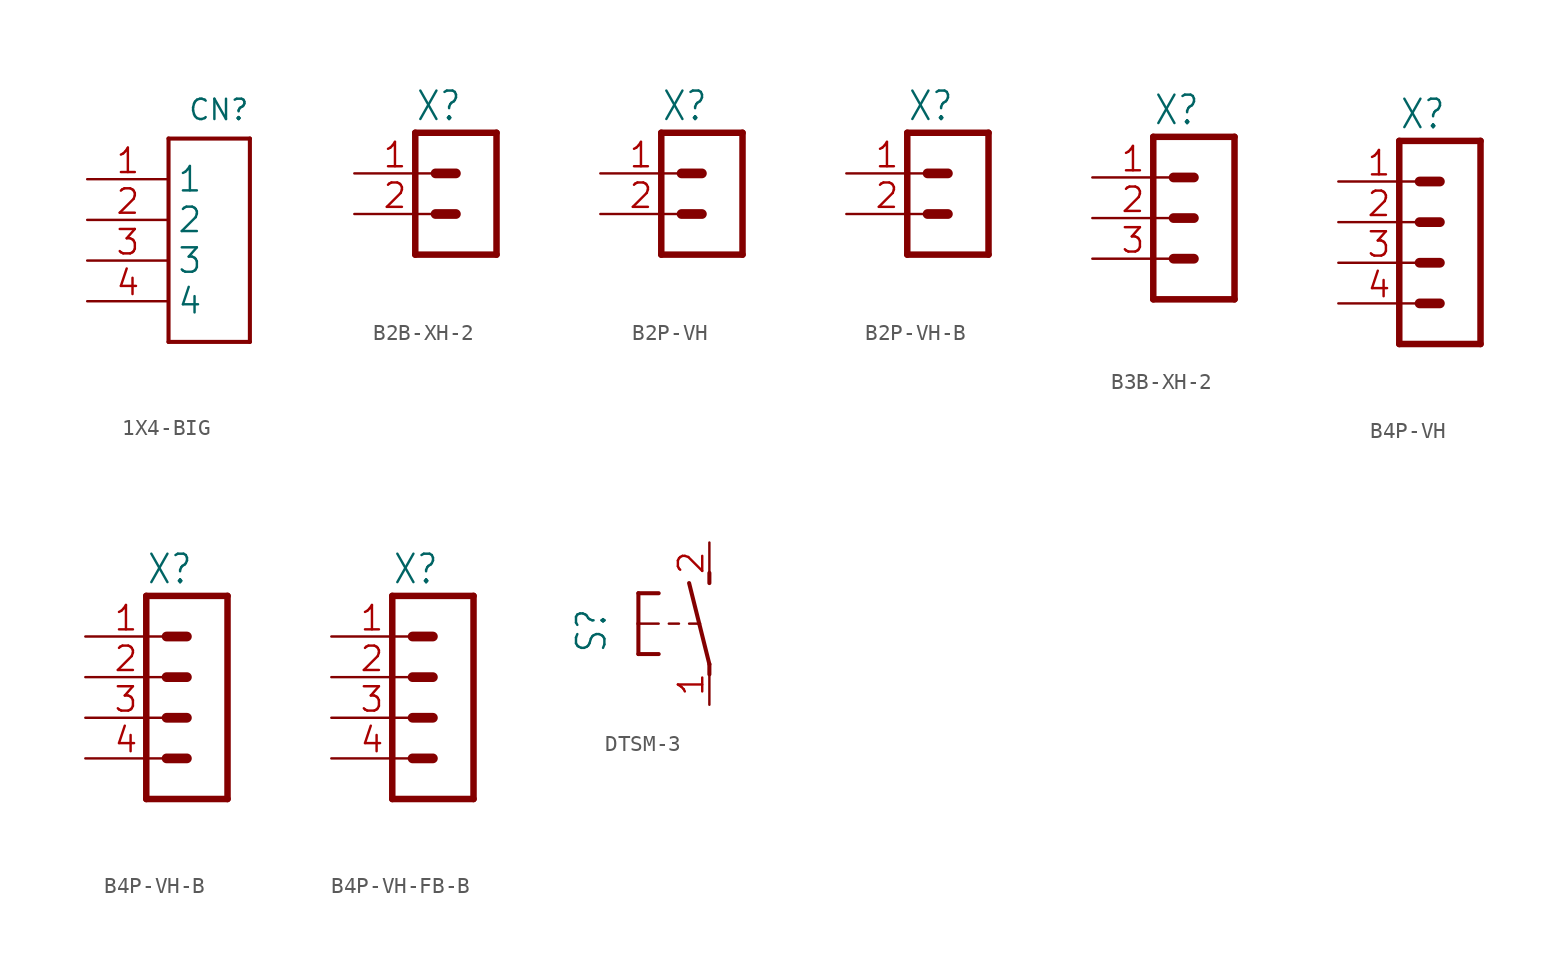
<source format=kicad_sym>
(kicad_symbol_lib
  (version 20241209)
  (generator "kicad_symbol_editor")
  (generator_version "9.0")
  (symbol "1X4-BIG"
    (property "Reference" "CN"
      (at 5.08 7.62 0)
      (effects (font (size 1.27 1.27)) (justify right top)))
    (property "Value" ""
      (at 0 -10.16 0)
      (effects (font (size 1.27 1.27)) (justify left bottom)))
    (property "ki_locked" ""
      (at 0 0 0)
      (effects (font (size 1.27 1.27))))
    (symbol "1X4-BIG_1_0"
      (polyline (pts (xy 0 5.08) (xy 5.08 5.08)) (stroke (width 0.254) (type solid)) (fill (type none)))
      (polyline (pts (xy 0 -7.62) (xy 0 5.08)) (stroke (width 0.254) (type solid)) (fill (type none)))
      (polyline (pts (xy 5.08 5.08) (xy 5.08 -7.62)) (stroke (width 0.254) (type solid)) (fill (type none)))
      (polyline (pts (xy 5.08 -7.62) (xy 0 -7.62)) (stroke (width 0.254) (type solid)) (fill (type none)))
      (pin bidirectional line (at -5.08 2.54 0) (length 5.08) (name "1" (effects (font (size 1.524 1.524)))) (number "1" (effects (font (size 1.524 1.524)))))
      (pin bidirectional line (at -5.08 0 0) (length 5.08) (name "2" (effects (font (size 1.524 1.524)))) (number "2" (effects (font (size 1.524 1.524)))))
      (pin bidirectional line (at -5.08 -2.54 0) (length 5.08) (name "3" (effects (font (size 1.524 1.524)))) (number "3" (effects (font (size 1.524 1.524)))))
      (pin bidirectional line (at -5.08 -5.08 0) (length 5.08) (name "4" (effects (font (size 1.524 1.524)))) (number "4" (effects (font (size 1.524 1.524)))))))
  (symbol "B2B-XH-2"
    (property "Reference" "X"
      (at 3.81 3.175 0)
      (effects (font (size 1.778 1.511)) (justify left bottom)))
    (property "Value" ""
      (at 3.81 -7.62 0)
      (effects (font (size 1.778 1.511)) (justify left bottom)))
    (property "ki_locked" ""
      (at 0 0 0)
      (effects (font (size 1.27 1.27))))
    (symbol "B2B-XH-2_1_0"
      (polyline (pts (xy 3.81 2.54) (xy 3.81 -5.08)) (stroke (width 0.406) (type solid)) (fill (type none)))
      (polyline (pts (xy 3.81 2.54) (xy 8.89 2.54)) (stroke (width 0.406) (type solid)) (fill (type none)))
      (polyline (pts (xy 3.81 -5.08) (xy 8.89 -5.08)) (stroke (width 0.406) (type solid)) (fill (type none)))
      (polyline (pts (xy 6.35 0) (xy 5.08 0)) (stroke (width 0.61) (type solid)) (fill (type none)))
      (polyline (pts (xy 6.35 -2.54) (xy 5.08 -2.54)) (stroke (width 0.61) (type solid)) (fill (type none)))
      (polyline (pts (xy 8.89 2.54) (xy 8.89 -5.08)) (stroke (width 0.406) (type solid)) (fill (type none)))
      (pin passive line (at 0 0 0) (length 5.08) (name "1" (effects (font (size 0 0)))) (number "1" (effects (font (size 1.524 1.524)))))
      (pin passive line (at 0 -2.54 0) (length 5.08) (name "2" (effects (font (size 0 0)))) (number "2" (effects (font (size 1.524 1.524)))))))
  (symbol "B2P-VH"
    (property "Reference" "X"
      (at 3.81 3.175 0)
      (effects (font (size 1.778 1.511)) (justify left bottom)))
    (property "Value" ""
      (at 3.81 -7.62 0)
      (effects (font (size 1.778 1.511)) (justify left bottom)))
    (property "ki_locked" ""
      (at 0 0 0)
      (effects (font (size 1.27 1.27))))
    (symbol "B2P-VH_1_0"
      (polyline (pts (xy 3.81 2.54) (xy 3.81 -5.08)) (stroke (width 0.406) (type solid)) (fill (type none)))
      (polyline (pts (xy 3.81 2.54) (xy 8.89 2.54)) (stroke (width 0.406) (type solid)) (fill (type none)))
      (polyline (pts (xy 3.81 -5.08) (xy 8.89 -5.08)) (stroke (width 0.406) (type solid)) (fill (type none)))
      (polyline (pts (xy 6.35 0) (xy 5.08 0)) (stroke (width 0.61) (type solid)) (fill (type none)))
      (polyline (pts (xy 6.35 -2.54) (xy 5.08 -2.54)) (stroke (width 0.61) (type solid)) (fill (type none)))
      (polyline (pts (xy 8.89 2.54) (xy 8.89 -5.08)) (stroke (width 0.406) (type solid)) (fill (type none)))
      (pin passive line (at 0 0 0) (length 5.08) (name "1" (effects (font (size 0 0)))) (number "1" (effects (font (size 1.524 1.524)))))
      (pin passive line (at 0 -2.54 0) (length 5.08) (name "2" (effects (font (size 0 0)))) (number "2" (effects (font (size 1.524 1.524)))))))
  (symbol "B2P-VH-B"
    (property "Reference" "X"
      (at 3.81 3.175 0)
      (effects (font (size 1.778 1.511)) (justify left bottom)))
    (property "Value" ""
      (at 3.81 -7.62 0)
      (effects (font (size 1.778 1.511)) (justify left bottom)))
    (property "ki_locked" ""
      (at 0 0 0)
      (effects (font (size 1.27 1.27))))
    (symbol "B2P-VH-B_1_0"
      (polyline (pts (xy 3.81 2.54) (xy 3.81 -5.08)) (stroke (width 0.406) (type solid)) (fill (type none)))
      (polyline (pts (xy 3.81 2.54) (xy 8.89 2.54)) (stroke (width 0.406) (type solid)) (fill (type none)))
      (polyline (pts (xy 3.81 -5.08) (xy 8.89 -5.08)) (stroke (width 0.406) (type solid)) (fill (type none)))
      (polyline (pts (xy 6.35 0) (xy 5.08 0)) (stroke (width 0.61) (type solid)) (fill (type none)))
      (polyline (pts (xy 6.35 -2.54) (xy 5.08 -2.54)) (stroke (width 0.61) (type solid)) (fill (type none)))
      (polyline (pts (xy 8.89 2.54) (xy 8.89 -5.08)) (stroke (width 0.406) (type solid)) (fill (type none)))
      (pin passive line (at 0 0 0) (length 5.08) (name "1" (effects (font (size 0 0)))) (number "1" (effects (font (size 1.524 1.524)))))
      (pin passive line (at 0 -2.54 0) (length 5.08) (name "2" (effects (font (size 0 0)))) (number "2" (effects (font (size 1.524 1.524)))))))
  (symbol "B3B-XH-2"
    (property "Reference" "X"
      (at -1.27 5.715 0)
      (effects (font (size 1.778 1.511)) (justify left bottom)))
    (property "Value" ""
      (at -1.27 -7.62 0)
      (effects (font (size 1.778 1.511)) (justify left bottom)))
    (property "ki_locked" ""
      (at 0 0 0)
      (effects (font (size 1.27 1.27))))
    (symbol "B3B-XH-2_1_0"
      (polyline (pts (xy -1.27 5.08) (xy -1.27 -5.08)) (stroke (width 0.406) (type solid)) (fill (type none)))
      (polyline (pts (xy -1.27 5.08) (xy 3.81 5.08)) (stroke (width 0.406) (type solid)) (fill (type none)))
      (polyline (pts (xy -1.27 -5.08) (xy 3.81 -5.08)) (stroke (width 0.406) (type solid)) (fill (type none)))
      (polyline (pts (xy 1.27 2.54) (xy 0 2.54)) (stroke (width 0.61) (type solid)) (fill (type none)))
      (polyline (pts (xy 1.27 0) (xy 0 0)) (stroke (width 0.61) (type solid)) (fill (type none)))
      (polyline (pts (xy 1.27 -2.54) (xy 0 -2.54)) (stroke (width 0.61) (type solid)) (fill (type none)))
      (polyline (pts (xy 3.81 5.08) (xy 3.81 -5.08)) (stroke (width 0.406) (type solid)) (fill (type none)))
      (pin passive line (at -5.08 2.54 0) (length 5.08) (name "1" (effects (font (size 0 0)))) (number "1" (effects (font (size 1.524 1.524)))))
      (pin passive line (at -5.08 0 0) (length 5.08) (name "2" (effects (font (size 0 0)))) (number "2" (effects (font (size 1.524 1.524)))))
      (pin passive line (at -5.08 -2.54 0) (length 5.08) (name "3" (effects (font (size 0 0)))) (number "3" (effects (font (size 1.524 1.524)))))))
  (symbol "B4P-VH"
    (property "Reference" "X"
      (at -1.27 8.255 0)
      (effects (font (size 1.778 1.511)) (justify left bottom)))
    (property "Value" ""
      (at -1.27 -7.62 0)
      (effects (font (size 1.778 1.511)) (justify left bottom)))
    (property "ki_locked" ""
      (at 0 0 0)
      (effects (font (size 1.27 1.27))))
    (symbol "B4P-VH_1_0"
      (polyline (pts (xy -1.27 7.62) (xy -1.27 -5.08)) (stroke (width 0.406) (type solid)) (fill (type none)))
      (polyline (pts (xy -1.27 7.62) (xy 3.81 7.62)) (stroke (width 0.406) (type solid)) (fill (type none)))
      (polyline (pts (xy -1.27 -5.08) (xy 3.81 -5.08)) (stroke (width 0.406) (type solid)) (fill (type none)))
      (polyline (pts (xy 1.27 5.08) (xy 0 5.08)) (stroke (width 0.61) (type solid)) (fill (type none)))
      (polyline (pts (xy 1.27 2.54) (xy 0 2.54)) (stroke (width 0.61) (type solid)) (fill (type none)))
      (polyline (pts (xy 1.27 0) (xy 0 0)) (stroke (width 0.61) (type solid)) (fill (type none)))
      (polyline (pts (xy 1.27 -2.54) (xy 0 -2.54)) (stroke (width 0.61) (type solid)) (fill (type none)))
      (polyline (pts (xy 3.81 7.62) (xy 3.81 -5.08)) (stroke (width 0.406) (type solid)) (fill (type none)))
      (pin passive line (at -5.08 5.08 0) (length 5.08) (name "1" (effects (font (size 0 0)))) (number "1" (effects (font (size 1.524 1.524)))))
      (pin passive line (at -5.08 2.54 0) (length 5.08) (name "2" (effects (font (size 0 0)))) (number "2" (effects (font (size 1.524 1.524)))))
      (pin passive line (at -5.08 0 0) (length 5.08) (name "3" (effects (font (size 0 0)))) (number "3" (effects (font (size 1.524 1.524)))))
      (pin passive line (at -5.08 -2.54 0) (length 5.08) (name "4" (effects (font (size 0 0)))) (number "4" (effects (font (size 1.524 1.524)))))))
  (symbol "B4P-VH-B"
    (property "Reference" "X"
      (at -1.27 8.255 0)
      (effects (font (size 1.778 1.511)) (justify left bottom)))
    (property "Value" ""
      (at -1.27 -7.62 0)
      (effects (font (size 1.778 1.511)) (justify left bottom)))
    (property "ki_locked" ""
      (at 0 0 0)
      (effects (font (size 1.27 1.27))))
    (symbol "B4P-VH-B_1_0"
      (polyline (pts (xy -1.27 7.62) (xy -1.27 -5.08)) (stroke (width 0.406) (type solid)) (fill (type none)))
      (polyline (pts (xy -1.27 7.62) (xy 3.81 7.62)) (stroke (width 0.406) (type solid)) (fill (type none)))
      (polyline (pts (xy -1.27 -5.08) (xy 3.81 -5.08)) (stroke (width 0.406) (type solid)) (fill (type none)))
      (polyline (pts (xy 1.27 5.08) (xy 0 5.08)) (stroke (width 0.61) (type solid)) (fill (type none)))
      (polyline (pts (xy 1.27 2.54) (xy 0 2.54)) (stroke (width 0.61) (type solid)) (fill (type none)))
      (polyline (pts (xy 1.27 0) (xy 0 0)) (stroke (width 0.61) (type solid)) (fill (type none)))
      (polyline (pts (xy 1.27 -2.54) (xy 0 -2.54)) (stroke (width 0.61) (type solid)) (fill (type none)))
      (polyline (pts (xy 3.81 7.62) (xy 3.81 -5.08)) (stroke (width 0.406) (type solid)) (fill (type none)))
      (pin passive line (at -5.08 5.08 0) (length 5.08) (name "1" (effects (font (size 0 0)))) (number "1" (effects (font (size 1.524 1.524)))))
      (pin passive line (at -5.08 2.54 0) (length 5.08) (name "2" (effects (font (size 0 0)))) (number "2" (effects (font (size 1.524 1.524)))))
      (pin passive line (at -5.08 0 0) (length 5.08) (name "3" (effects (font (size 0 0)))) (number "3" (effects (font (size 1.524 1.524)))))
      (pin passive line (at -5.08 -2.54 0) (length 5.08) (name "4" (effects (font (size 0 0)))) (number "4" (effects (font (size 1.524 1.524)))))))
  (symbol "B4P-VH-FB-B"
    (property "Reference" "X"
      (at -1.27 8.255 0)
      (effects (font (size 1.778 1.511)) (justify left bottom)))
    (property "Value" ""
      (at -1.27 -7.62 0)
      (effects (font (size 1.778 1.511)) (justify left bottom)))
    (property "ki_locked" ""
      (at 0 0 0)
      (effects (font (size 1.27 1.27))))
    (symbol "B4P-VH-FB-B_1_0"
      (polyline (pts (xy -1.27 7.62) (xy -1.27 -5.08)) (stroke (width 0.406) (type solid)) (fill (type none)))
      (polyline (pts (xy -1.27 7.62) (xy 3.81 7.62)) (stroke (width 0.406) (type solid)) (fill (type none)))
      (polyline (pts (xy -1.27 -5.08) (xy 3.81 -5.08)) (stroke (width 0.406) (type solid)) (fill (type none)))
      (polyline (pts (xy 1.27 5.08) (xy 0 5.08)) (stroke (width 0.61) (type solid)) (fill (type none)))
      (polyline (pts (xy 1.27 2.54) (xy 0 2.54)) (stroke (width 0.61) (type solid)) (fill (type none)))
      (polyline (pts (xy 1.27 0) (xy 0 0)) (stroke (width 0.61) (type solid)) (fill (type none)))
      (polyline (pts (xy 1.27 -2.54) (xy 0 -2.54)) (stroke (width 0.61) (type solid)) (fill (type none)))
      (polyline (pts (xy 3.81 7.62) (xy 3.81 -5.08)) (stroke (width 0.406) (type solid)) (fill (type none)))
      (pin passive line (at -5.08 5.08 0) (length 5.08) (name "1" (effects (font (size 0 0)))) (number "1" (effects (font (size 1.524 1.524)))))
      (pin passive line (at -5.08 2.54 0) (length 5.08) (name "2" (effects (font (size 0 0)))) (number "2" (effects (font (size 1.524 1.524)))))
      (pin passive line (at -5.08 0 0) (length 5.08) (name "3" (effects (font (size 0 0)))) (number "3" (effects (font (size 1.524 1.524)))))
      (pin passive line (at -5.08 -2.54 0) (length 5.08) (name "4" (effects (font (size 0 0)))) (number "4" (effects (font (size 1.524 1.524)))))))
  (symbol "DTSM-3"
    (property "Reference" "S"
      (at -6.35 -1.905 90)
      (effects (font (size 1.778 1.511)) (justify left bottom)))
    (property "Value" ""
      (at -3.81 3.175 90)
      (effects (font (size 1.778 1.511)) (justify left bottom)))
    (property "ki_locked" ""
      (at 0 0 0)
      (effects (font (size 1.27 1.27))))
    (symbol "DTSM-3_1_0"
      (polyline (pts (xy -4.445 1.905) (xy -4.445 0)) (stroke (width 0.254) (type solid)) (fill (type none)))
      (polyline (pts (xy -4.445 1.905) (xy -3.175 1.905)) (stroke (width 0.254) (type solid)) (fill (type none)))
      (polyline (pts (xy -4.445 0) (xy -4.445 -1.905)) (stroke (width 0.254) (type solid)) (fill (type none)))
      (polyline (pts (xy -4.445 0) (xy -3.175 0)) (stroke (width 0.152) (type solid)) (fill (type none)))
      (polyline (pts (xy -4.445 -1.905) (xy -3.175 -1.905)) (stroke (width 0.254) (type solid)) (fill (type none)))
      (polyline (pts (xy -2.54 0) (xy -1.905 0)) (stroke (width 0.152) (type solid)) (fill (type none)))
      (polyline (pts (xy -1.27 0) (xy -0.635 0)) (stroke (width 0.152) (type solid)) (fill (type none)))
      (polyline (pts (xy -0.635 0) (xy -1.27 2.54)) (stroke (width 0.254) (type solid)) (fill (type none)))
      (polyline (pts (xy 0 2.54) (xy 0 3.175)) (stroke (width 0.254) (type solid)) (fill (type none)))
      (polyline (pts (xy 0 -2.54) (xy -0.635 0)) (stroke (width 0.254) (type solid)) (fill (type none)))
      (polyline (pts (xy 0 -3.175) (xy 0 -2.54)) (stroke (width 0.254) (type solid)) (fill (type none)))
      (pin passive line (at 0 5.08 270) (length 2.54) (name "2" (effects (font (size 0 0)))) (number "2" (effects (font (size 1.524 1.524)))))
      (pin passive line (at 0 -5.08 90) (length 2.54) (name "1" (effects (font (size 0 0)))) (number "1" (effects (font (size 1.524 1.524))))))))
</source>
